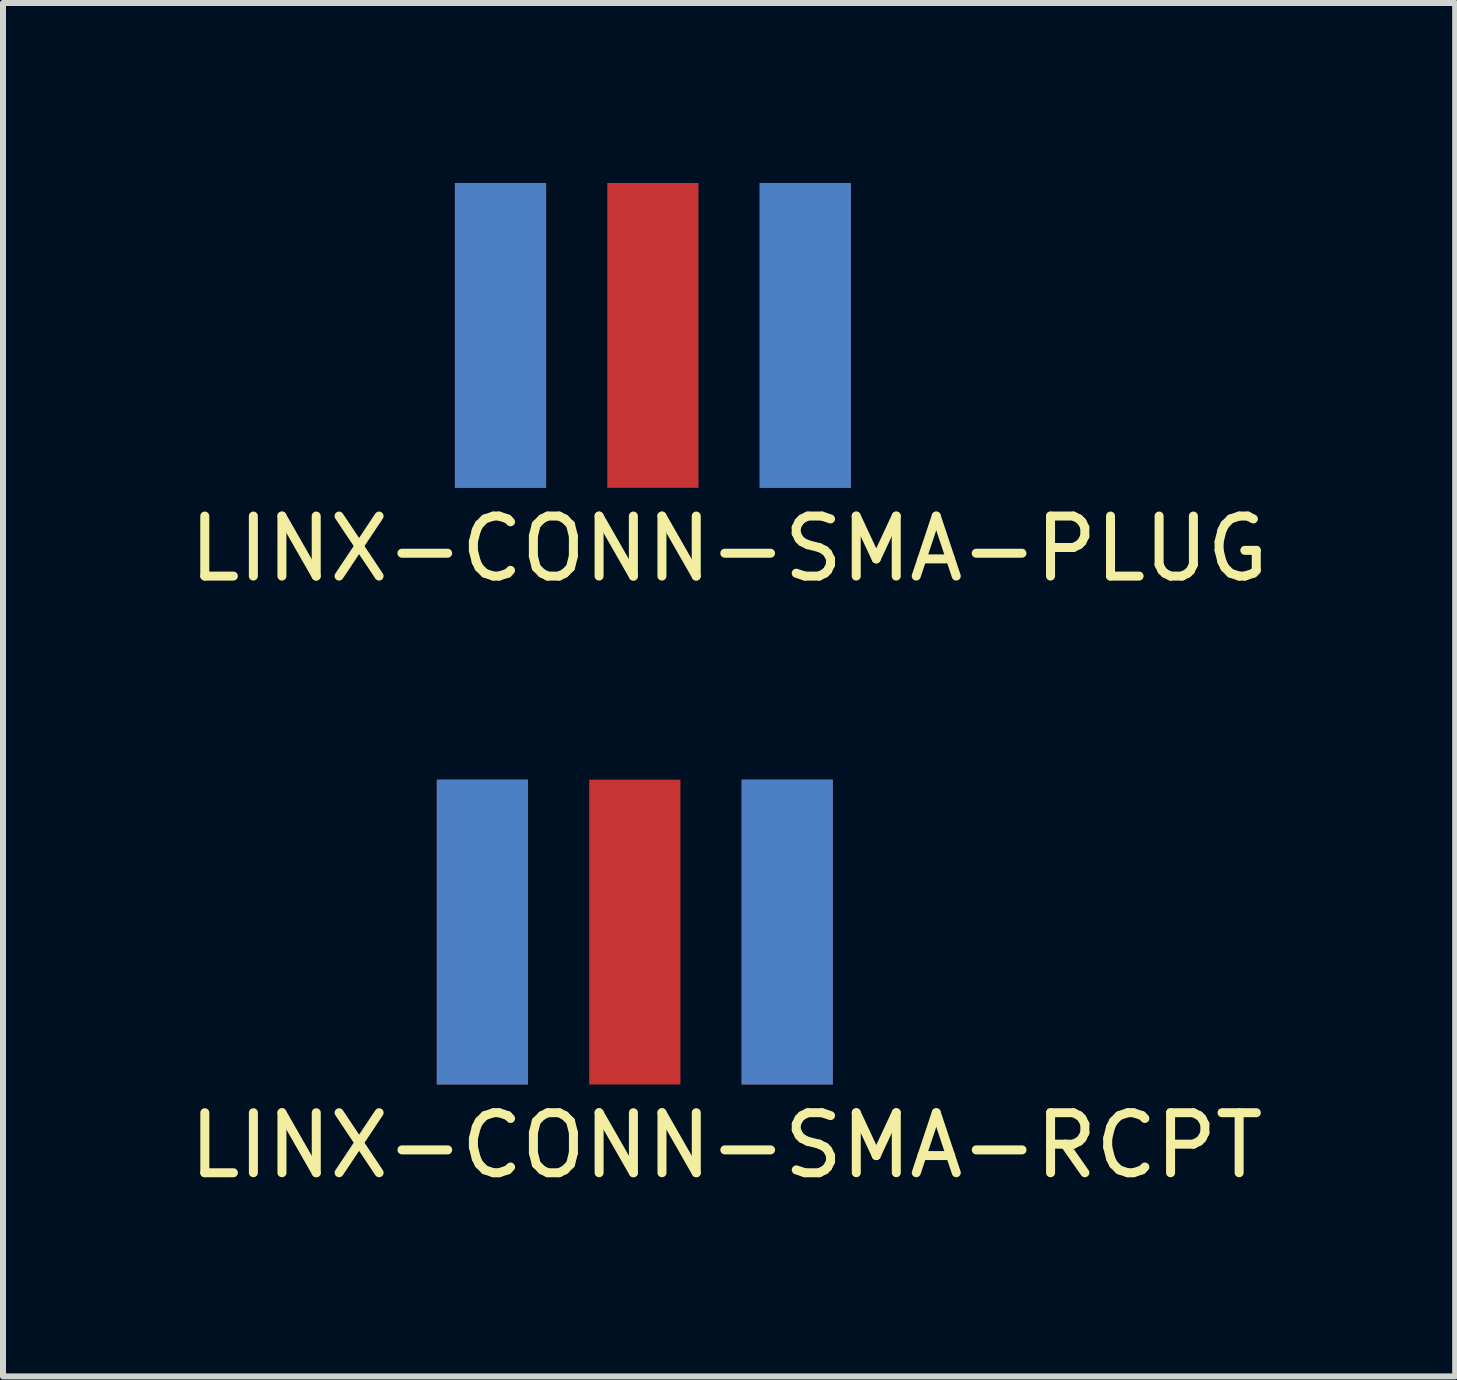
<source format=kicad_pcb>
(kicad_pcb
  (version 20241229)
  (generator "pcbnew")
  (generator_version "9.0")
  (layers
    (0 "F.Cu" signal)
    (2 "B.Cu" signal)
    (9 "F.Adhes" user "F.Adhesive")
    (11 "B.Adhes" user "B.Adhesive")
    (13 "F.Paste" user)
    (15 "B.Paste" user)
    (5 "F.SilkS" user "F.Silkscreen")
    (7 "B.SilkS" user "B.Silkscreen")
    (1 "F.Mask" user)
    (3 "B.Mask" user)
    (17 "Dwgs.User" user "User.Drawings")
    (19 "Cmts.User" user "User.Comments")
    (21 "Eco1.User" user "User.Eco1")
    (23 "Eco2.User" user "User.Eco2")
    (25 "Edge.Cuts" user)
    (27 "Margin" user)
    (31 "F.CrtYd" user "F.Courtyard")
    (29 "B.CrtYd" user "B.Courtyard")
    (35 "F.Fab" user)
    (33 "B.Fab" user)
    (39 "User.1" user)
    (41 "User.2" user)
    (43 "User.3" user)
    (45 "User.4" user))
  (footprint "LINX-CONN-SMA-PLUG"
    (layer "F.Cu")
    (at 7.831 2.54)
    (property "Reference" "LINX-CONN-SMA-PLUG" (at 1.27 3.556 0) (layer "F.SilkS") (effects (font (size 1 1) (thickness 0.15))))
    (attr through_hole)
    (pad "1" smd rect (at 0 0) (size 1.52 5.08) (layers "F.Cu" "F.Mask" "F.Paste"))
    (pad "2" smd rect (at -2.54 0) (size 1.52 5.08) (layers "F.Cu" "F.Mask" "F.Paste"))
    (pad "2" smd rect (at -2.54 0) (size 1.52 5.08) (layers "F.Mask" "B.Cu" "F.Paste"))
    (pad "2" smd rect (at 2.54 0) (size 1.52 5.08) (layers "F.Cu" "F.Mask" "F.Paste"))
    (pad "2" smd rect (at 2.54 0) (size 1.52 5.08) (layers "F.Mask" "B.Cu" "F.Paste")))
  (footprint "LINX-CONN-SMA-RCPT"
    (layer "F.Cu")
    (at 7.53 12.484)
    (property "Reference" "LINX-CONN-SMA-RCPT" (at 1.524 3.556 0) (layer "F.SilkS") (effects (font (size 1 1) (thickness 0.15))))
    (attr through_hole)
    (pad "1" smd rect (at 0 0) (size 1.52 5.08) (layers "F.Cu" "F.Mask" "F.Paste"))
    (pad "2" smd rect (at -2.54 0) (size 1.52 5.08) (layers "F.Cu" "F.Mask" "F.Paste"))
    (pad "2" smd rect (at -2.54 0) (size 1.52 5.08) (layers "F.Mask" "B.Cu" "F.Paste"))
    (pad "2" smd rect (at 2.54 0) (size 1.52 5.08) (layers "F.Cu" "F.Mask" "F.Paste"))
    (pad "2" smd rect (at 2.54 0) (size 1.52 5.08) (layers "F.Mask" "B.Cu" "F.Paste")))
  (gr_rect
    (start -3 -3)
    (end 21.202 19.889)
    (stroke (width 0.1) (type default))
    (fill no)
    (layer "Edge.Cuts")))
</source>
